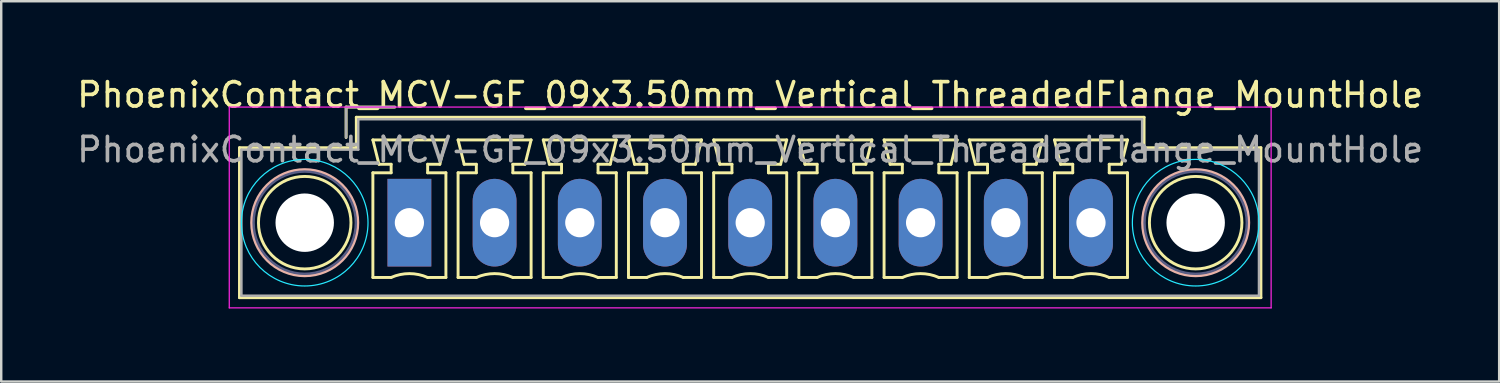
<source format=kicad_pcb>
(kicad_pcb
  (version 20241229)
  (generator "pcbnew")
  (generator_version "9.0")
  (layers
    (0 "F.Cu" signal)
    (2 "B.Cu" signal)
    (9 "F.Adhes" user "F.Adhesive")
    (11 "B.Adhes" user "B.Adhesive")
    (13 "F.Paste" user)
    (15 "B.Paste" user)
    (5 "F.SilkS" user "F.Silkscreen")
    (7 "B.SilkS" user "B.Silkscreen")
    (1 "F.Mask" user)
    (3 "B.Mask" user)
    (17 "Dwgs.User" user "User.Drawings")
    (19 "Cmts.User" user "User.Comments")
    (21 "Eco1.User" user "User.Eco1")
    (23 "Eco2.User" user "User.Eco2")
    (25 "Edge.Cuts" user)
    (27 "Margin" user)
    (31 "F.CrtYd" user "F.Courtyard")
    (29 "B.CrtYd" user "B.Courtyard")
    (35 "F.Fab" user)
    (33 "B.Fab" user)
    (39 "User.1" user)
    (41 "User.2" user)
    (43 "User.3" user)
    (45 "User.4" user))
  (footprint "PhoenixContact_MCV-GF_09x3.50mm_Vertical_ThreadedFlange_MountHole"
    (layer "F.Cu")
    (at 13.768 6.098)
    (property "Reference" "PhoenixContact_MCV-GF_09x3.50mm_Vertical_ThreadedFlange_MountHole" (at 14 -5.25 0) (layer "F.SilkS") (effects (font (size 1 1) (thickness 0.15))))
    (attr through_hole)
    (fp_line (start -6.98 -3.08) (end -6.98 3.08) (stroke (width 0.12) (type solid)) (layer "F.SilkS"))
    (fp_line (start -6.98 3.08) (end 34.98 3.08) (stroke (width 0.12) (type solid)) (layer "F.SilkS"))
    (fp_line (start -2.6 -4.75) (end -0.6 -4.75) (stroke (width 0.12) (type solid)) (layer "F.SilkS"))
    (fp_line (start -2.6 -3.5) (end -2.6 -4.75) (stroke (width 0.12) (type solid)) (layer "F.SilkS"))
    (fp_line (start -2.18 -4.33) (end -2.18 -3.08) (stroke (width 0.12) (type solid)) (layer "F.SilkS"))
    (fp_line (start -2.18 -3.08) (end -6.98 -3.08) (stroke (width 0.12) (type solid)) (layer "F.SilkS"))
    (fp_line (start -1.5 -3.4) (end 1.5 -3.4) (stroke (width 0.12) (type solid)) (layer "F.SilkS"))
    (fp_line (start -1.5 -2.05) (end -0.75 -2.05) (stroke (width 0.12) (type solid)) (layer "F.SilkS"))
    (fp_line (start -1.5 2.25) (end -1.5 -2.05) (stroke (width 0.12) (type solid)) (layer "F.SilkS"))
    (fp_line (start -1.25 -2.4) (end -1.5 -3.4) (stroke (width 0.12) (type solid)) (layer "F.SilkS"))
    (fp_line (start -0.75 -2.4) (end -1.25 -2.4) (stroke (width 0.12) (type solid)) (layer "F.SilkS"))
    (fp_line (start -0.75 -2.05) (end -0.75 -2.4) (stroke (width 0.12) (type solid)) (layer "F.SilkS"))
    (fp_line (start -0.75 2.25) (end -1.5 2.25) (stroke (width 0.12) (type solid)) (layer "F.SilkS"))
    (fp_line (start 0.75 -2.4) (end 0.75 -2.05) (stroke (width 0.12) (type solid)) (layer "F.SilkS"))
    (fp_line (start 0.75 -2.05) (end 1.5 -2.05) (stroke (width 0.12) (type solid)) (layer "F.SilkS"))
    (fp_line (start 1.25 -2.4) (end 0.75 -2.4) (stroke (width 0.12) (type solid)) (layer "F.SilkS"))
    (fp_line (start 1.5 -3.4) (end 1.25 -2.4) (stroke (width 0.12) (type solid)) (layer "F.SilkS"))
    (fp_line (start 1.5 -2.05) (end 1.5 2.25) (stroke (width 0.12) (type solid)) (layer "F.SilkS"))
    (fp_line (start 1.5 2.25) (end 0.75 2.25) (stroke (width 0.12) (type solid)) (layer "F.SilkS"))
    (fp_line (start 2 -3.4) (end 5 -3.4) (stroke (width 0.12) (type solid)) (layer "F.SilkS"))
    (fp_line (start 2 -2.05) (end 2.75 -2.05) (stroke (width 0.12) (type solid)) (layer "F.SilkS"))
    (fp_line (start 2 2.25) (end 2 -2.05) (stroke (width 0.12) (type solid)) (layer "F.SilkS"))
    (fp_line (start 2.25 -2.4) (end 2 -3.4) (stroke (width 0.12) (type solid)) (layer "F.SilkS"))
    (fp_line (start 2.75 -2.4) (end 2.25 -2.4) (stroke (width 0.12) (type solid)) (layer "F.SilkS"))
    (fp_line (start 2.75 -2.05) (end 2.75 -2.4) (stroke (width 0.12) (type solid)) (layer "F.SilkS"))
    (fp_line (start 2.75 2.25) (end 2 2.25) (stroke (width 0.12) (type solid)) (layer "F.SilkS"))
    (fp_line (start 4.25 -2.4) (end 4.25 -2.05) (stroke (width 0.12) (type solid)) (layer "F.SilkS"))
    (fp_line (start 4.25 -2.05) (end 5 -2.05) (stroke (width 0.12) (type solid)) (layer "F.SilkS"))
    (fp_line (start 4.75 -2.4) (end 4.25 -2.4) (stroke (width 0.12) (type solid)) (layer "F.SilkS"))
    (fp_line (start 5 -3.4) (end 4.75 -2.4) (stroke (width 0.12) (type solid)) (layer "F.SilkS"))
    (fp_line (start 5 -2.05) (end 5 2.25) (stroke (width 0.12) (type solid)) (layer "F.SilkS"))
    (fp_line (start 5 2.25) (end 4.25 2.25) (stroke (width 0.12) (type solid)) (layer "F.SilkS"))
    (fp_line (start 5.5 -3.4) (end 8.5 -3.4) (stroke (width 0.12) (type solid)) (layer "F.SilkS"))
    (fp_line (start 5.5 -2.05) (end 6.25 -2.05) (stroke (width 0.12) (type solid)) (layer "F.SilkS"))
    (fp_line (start 5.5 2.25) (end 5.5 -2.05) (stroke (width 0.12) (type solid)) (layer "F.SilkS"))
    (fp_line (start 5.75 -2.4) (end 5.5 -3.4) (stroke (width 0.12) (type solid)) (layer "F.SilkS"))
    (fp_line (start 6.25 -2.4) (end 5.75 -2.4) (stroke (width 0.12) (type solid)) (layer "F.SilkS"))
    (fp_line (start 6.25 -2.05) (end 6.25 -2.4) (stroke (width 0.12) (type solid)) (layer "F.SilkS"))
    (fp_line (start 6.25 2.25) (end 5.5 2.25) (stroke (width 0.12) (type solid)) (layer "F.SilkS"))
    (fp_line (start 7.75 -2.4) (end 7.75 -2.05) (stroke (width 0.12) (type solid)) (layer "F.SilkS"))
    (fp_line (start 7.75 -2.05) (end 8.5 -2.05) (stroke (width 0.12) (type solid)) (layer "F.SilkS"))
    (fp_line (start 8.25 -2.4) (end 7.75 -2.4) (stroke (width 0.12) (type solid)) (layer "F.SilkS"))
    (fp_line (start 8.5 -3.4) (end 8.25 -2.4) (stroke (width 0.12) (type solid)) (layer "F.SilkS"))
    (fp_line (start 8.5 -2.05) (end 8.5 2.25) (stroke (width 0.12) (type solid)) (layer "F.SilkS"))
    (fp_line (start 8.5 2.25) (end 7.75 2.25) (stroke (width 0.12) (type solid)) (layer "F.SilkS"))
    (fp_line (start 9 -3.4) (end 12 -3.4) (stroke (width 0.12) (type solid)) (layer "F.SilkS"))
    (fp_line (start 9 -2.05) (end 9.75 -2.05) (stroke (width 0.12) (type solid)) (layer "F.SilkS"))
    (fp_line (start 9 2.25) (end 9 -2.05) (stroke (width 0.12) (type solid)) (layer "F.SilkS"))
    (fp_line (start 9.25 -2.4) (end 9 -3.4) (stroke (width 0.12) (type solid)) (layer "F.SilkS"))
    (fp_line (start 9.75 -2.4) (end 9.25 -2.4) (stroke (width 0.12) (type solid)) (layer "F.SilkS"))
    (fp_line (start 9.75 -2.05) (end 9.75 -2.4) (stroke (width 0.12) (type solid)) (layer "F.SilkS"))
    (fp_line (start 9.75 2.25) (end 9 2.25) (stroke (width 0.12) (type solid)) (layer "F.SilkS"))
    (fp_line (start 11.25 -2.4) (end 11.25 -2.05) (stroke (width 0.12) (type solid)) (layer "F.SilkS"))
    (fp_line (start 11.25 -2.05) (end 12 -2.05) (stroke (width 0.12) (type solid)) (layer "F.SilkS"))
    (fp_line (start 11.75 -2.4) (end 11.25 -2.4) (stroke (width 0.12) (type solid)) (layer "F.SilkS"))
    (fp_line (start 12 -3.4) (end 11.75 -2.4) (stroke (width 0.12) (type solid)) (layer "F.SilkS"))
    (fp_line (start 12 -2.05) (end 12 2.25) (stroke (width 0.12) (type solid)) (layer "F.SilkS"))
    (fp_line (start 12 2.25) (end 11.25 2.25) (stroke (width 0.12) (type solid)) (layer "F.SilkS"))
    (fp_line (start 12.5 -3.4) (end 15.5 -3.4) (stroke (width 0.12) (type solid)) (layer "F.SilkS"))
    (fp_line (start 12.5 -2.05) (end 13.25 -2.05) (stroke (width 0.12) (type solid)) (layer "F.SilkS"))
    (fp_line (start 12.5 2.25) (end 12.5 -2.05) (stroke (width 0.12) (type solid)) (layer "F.SilkS"))
    (fp_line (start 12.75 -2.4) (end 12.5 -3.4) (stroke (width 0.12) (type solid)) (layer "F.SilkS"))
    (fp_line (start 13.25 -2.4) (end 12.75 -2.4) (stroke (width 0.12) (type solid)) (layer "F.SilkS"))
    (fp_line (start 13.25 -2.05) (end 13.25 -2.4) (stroke (width 0.12) (type solid)) (layer "F.SilkS"))
    (fp_line (start 13.25 2.25) (end 12.5 2.25) (stroke (width 0.12) (type solid)) (layer "F.SilkS"))
    (fp_line (start 14.75 -2.4) (end 14.75 -2.05) (stroke (width 0.12) (type solid)) (layer "F.SilkS"))
    (fp_line (start 14.75 -2.05) (end 15.5 -2.05) (stroke (width 0.12) (type solid)) (layer "F.SilkS"))
    (fp_line (start 15.25 -2.4) (end 14.75 -2.4) (stroke (width 0.12) (type solid)) (layer "F.SilkS"))
    (fp_line (start 15.5 -3.4) (end 15.25 -2.4) (stroke (width 0.12) (type solid)) (layer "F.SilkS"))
    (fp_line (start 15.5 -2.05) (end 15.5 2.25) (stroke (width 0.12) (type solid)) (layer "F.SilkS"))
    (fp_line (start 15.5 2.25) (end 14.75 2.25) (stroke (width 0.12) (type solid)) (layer "F.SilkS"))
    (fp_line (start 16 -3.4) (end 19 -3.4) (stroke (width 0.12) (type solid)) (layer "F.SilkS"))
    (fp_line (start 16 -2.05) (end 16.75 -2.05) (stroke (width 0.12) (type solid)) (layer "F.SilkS"))
    (fp_line (start 16 2.25) (end 16 -2.05) (stroke (width 0.12) (type solid)) (layer "F.SilkS"))
    (fp_line (start 16.25 -2.4) (end 16 -3.4) (stroke (width 0.12) (type solid)) (layer "F.SilkS"))
    (fp_line (start 16.75 -2.4) (end 16.25 -2.4) (stroke (width 0.12) (type solid)) (layer "F.SilkS"))
    (fp_line (start 16.75 -2.05) (end 16.75 -2.4) (stroke (width 0.12) (type solid)) (layer "F.SilkS"))
    (fp_line (start 16.75 2.25) (end 16 2.25) (stroke (width 0.12) (type solid)) (layer "F.SilkS"))
    (fp_line (start 18.25 -2.4) (end 18.25 -2.05) (stroke (width 0.12) (type solid)) (layer "F.SilkS"))
    (fp_line (start 18.25 -2.05) (end 19 -2.05) (stroke (width 0.12) (type solid)) (layer "F.SilkS"))
    (fp_line (start 18.75 -2.4) (end 18.25 -2.4) (stroke (width 0.12) (type solid)) (layer "F.SilkS"))
    (fp_line (start 19 -3.4) (end 18.75 -2.4) (stroke (width 0.12) (type solid)) (layer "F.SilkS"))
    (fp_line (start 19 -2.05) (end 19 2.25) (stroke (width 0.12) (type solid)) (layer "F.SilkS"))
    (fp_line (start 19 2.25) (end 18.25 2.25) (stroke (width 0.12) (type solid)) (layer "F.SilkS"))
    (fp_line (start 19.5 -3.4) (end 22.5 -3.4) (stroke (width 0.12) (type solid)) (layer "F.SilkS"))
    (fp_line (start 19.5 -2.05) (end 20.25 -2.05) (stroke (width 0.12) (type solid)) (layer "F.SilkS"))
    (fp_line (start 19.5 2.25) (end 19.5 -2.05) (stroke (width 0.12) (type solid)) (layer "F.SilkS"))
    (fp_line (start 19.75 -2.4) (end 19.5 -3.4) (stroke (width 0.12) (type solid)) (layer "F.SilkS"))
    (fp_line (start 20.25 -2.4) (end 19.75 -2.4) (stroke (width 0.12) (type solid)) (layer "F.SilkS"))
    (fp_line (start 20.25 -2.05) (end 20.25 -2.4) (stroke (width 0.12) (type solid)) (layer "F.SilkS"))
    (fp_line (start 20.25 2.25) (end 19.5 2.25) (stroke (width 0.12) (type solid)) (layer "F.SilkS"))
    (fp_line (start 21.75 -2.4) (end 21.75 -2.05) (stroke (width 0.12) (type solid)) (layer "F.SilkS"))
    (fp_line (start 21.75 -2.05) (end 22.5 -2.05) (stroke (width 0.12) (type solid)) (layer "F.SilkS"))
    (fp_line (start 22.25 -2.4) (end 21.75 -2.4) (stroke (width 0.12) (type solid)) (layer "F.SilkS"))
    (fp_line (start 22.5 -3.4) (end 22.25 -2.4) (stroke (width 0.12) (type solid)) (layer "F.SilkS"))
    (fp_line (start 22.5 -2.05) (end 22.5 2.25) (stroke (width 0.12) (type solid)) (layer "F.SilkS"))
    (fp_line (start 22.5 2.25) (end 21.75 2.25) (stroke (width 0.12) (type solid)) (layer "F.SilkS"))
    (fp_line (start 23 -3.4) (end 26 -3.4) (stroke (width 0.12) (type solid)) (layer "F.SilkS"))
    (fp_line (start 23 -2.05) (end 23.75 -2.05) (stroke (width 0.12) (type solid)) (layer "F.SilkS"))
    (fp_line (start 23 2.25) (end 23 -2.05) (stroke (width 0.12) (type solid)) (layer "F.SilkS"))
    (fp_line (start 23.25 -2.4) (end 23 -3.4) (stroke (width 0.12) (type solid)) (layer "F.SilkS"))
    (fp_line (start 23.75 -2.4) (end 23.25 -2.4) (stroke (width 0.12) (type solid)) (layer "F.SilkS"))
    (fp_line (start 23.75 -2.05) (end 23.75 -2.4) (stroke (width 0.12) (type solid)) (layer "F.SilkS"))
    (fp_line (start 23.75 2.25) (end 23 2.25) (stroke (width 0.12) (type solid)) (layer "F.SilkS"))
    (fp_line (start 25.25 -2.4) (end 25.25 -2.05) (stroke (width 0.12) (type solid)) (layer "F.SilkS"))
    (fp_line (start 25.25 -2.05) (end 26 -2.05) (stroke (width 0.12) (type solid)) (layer "F.SilkS"))
    (fp_line (start 25.75 -2.4) (end 25.25 -2.4) (stroke (width 0.12) (type solid)) (layer "F.SilkS"))
    (fp_line (start 26 -3.4) (end 25.75 -2.4) (stroke (width 0.12) (type solid)) (layer "F.SilkS"))
    (fp_line (start 26 -2.05) (end 26 2.25) (stroke (width 0.12) (type solid)) (layer "F.SilkS"))
    (fp_line (start 26 2.25) (end 25.25 2.25) (stroke (width 0.12) (type solid)) (layer "F.SilkS"))
    (fp_line (start 26.5 -3.4) (end 29.5 -3.4) (stroke (width 0.12) (type solid)) (layer "F.SilkS"))
    (fp_line (start 26.5 -2.05) (end 27.25 -2.05) (stroke (width 0.12) (type solid)) (layer "F.SilkS"))
    (fp_line (start 26.5 2.25) (end 26.5 -2.05) (stroke (width 0.12) (type solid)) (layer "F.SilkS"))
    (fp_line (start 26.75 -2.4) (end 26.5 -3.4) (stroke (width 0.12) (type solid)) (layer "F.SilkS"))
    (fp_line (start 27.25 -2.4) (end 26.75 -2.4) (stroke (width 0.12) (type solid)) (layer "F.SilkS"))
    (fp_line (start 27.25 -2.05) (end 27.25 -2.4) (stroke (width 0.12) (type solid)) (layer "F.SilkS"))
    (fp_line (start 27.25 2.25) (end 26.5 2.25) (stroke (width 0.12) (type solid)) (layer "F.SilkS"))
    (fp_line (start 28.75 -2.4) (end 28.75 -2.05) (stroke (width 0.12) (type solid)) (layer "F.SilkS"))
    (fp_line (start 28.75 -2.05) (end 29.5 -2.05) (stroke (width 0.12) (type solid)) (layer "F.SilkS"))
    (fp_line (start 29.25 -2.4) (end 28.75 -2.4) (stroke (width 0.12) (type solid)) (layer "F.SilkS"))
    (fp_line (start 29.5 -3.4) (end 29.25 -2.4) (stroke (width 0.12) (type solid)) (layer "F.SilkS"))
    (fp_line (start 29.5 -2.05) (end 29.5 2.25) (stroke (width 0.12) (type solid)) (layer "F.SilkS"))
    (fp_line (start 29.5 2.25) (end 28.75 2.25) (stroke (width 0.12) (type solid)) (layer "F.SilkS"))
    (fp_line (start 30.18 -4.33) (end -2.18 -4.33) (stroke (width 0.12) (type solid)) (layer "F.SilkS"))
    (fp_line (start 30.18 -3.08) (end 30.18 -4.33) (stroke (width 0.12) (type solid)) (layer "F.SilkS"))
    (fp_line (start 34.98 -3.08) (end 30.18 -3.08) (stroke (width 0.12) (type solid)) (layer "F.SilkS"))
    (fp_line (start 34.98 3.08) (end 34.98 -3.08) (stroke (width 0.12) (type solid)) (layer "F.SilkS"))
    (fp_arc (start -0.75 2.25) (mid -0.000193 2.09191) (end 0.749647 2.249844) (stroke (width 0.12) (type solid)) (layer "F.SilkS"))
    (fp_arc (start 2.75 2.25) (mid 3.499807 2.09191) (end 4.249647 2.249844) (stroke (width 0.12) (type solid)) (layer "F.SilkS"))
    (fp_arc (start 6.25 2.25) (mid 6.999807 2.09191) (end 7.749647 2.249844) (stroke (width 0.12) (type solid)) (layer "F.SilkS"))
    (fp_arc (start 9.75 2.25) (mid 10.499807 2.09191) (end 11.249647 2.249844) (stroke (width 0.12) (type solid)) (layer "F.SilkS"))
    (fp_arc (start 13.25 2.25) (mid 13.999807 2.09191) (end 14.749647 2.249844) (stroke (width 0.12) (type solid)) (layer "F.SilkS"))
    (fp_arc (start 16.75 2.25) (mid 17.499807 2.09191) (end 18.249647 2.249844) (stroke (width 0.12) (type solid)) (layer "F.SilkS"))
    (fp_arc (start 20.25 2.25) (mid 20.999807 2.09191) (end 21.749647 2.249844) (stroke (width 0.12) (type solid)) (layer "F.SilkS"))
    (fp_arc (start 23.75 2.25) (mid 24.499807 2.09191) (end 25.249647 2.249844) (stroke (width 0.12) (type solid)) (layer "F.SilkS"))
    (fp_arc (start 27.25 2.25) (mid 27.999807 2.09191) (end 28.749647 2.249844) (stroke (width 0.12) (type solid)) (layer "F.SilkS"))
    (fp_circle (center -4.3 0) (end -2.4 0) (stroke (width 0.12) (type solid)) (fill no) (layer "F.SilkS"))
    (fp_circle (center 32.3 0) (end 34.2 0) (stroke (width 0.12) (type solid)) (fill no) (layer "F.SilkS"))
    (fp_circle (center -4.3 0) (end -2.12 0) (stroke (width 0.12) (type solid)) (fill no) (layer "B.SilkS"))
    (fp_circle (center 32.3 0) (end 34.48 0) (stroke (width 0.12) (type solid)) (fill no) (layer "B.SilkS"))
    (fp_circle (center -4.3 0) (end -1.7 0) (stroke (width 0.05) (type solid)) (fill no) (layer "B.CrtYd"))
    (fp_circle (center 32.3 0) (end 34.9 0) (stroke (width 0.05) (type solid)) (fill no) (layer "B.CrtYd"))
    (fp_line (start -7.4 -4.75) (end -7.4 3.5) (stroke (width 0.05) (type solid)) (layer "F.CrtYd"))
    (fp_line (start -7.4 3.5) (end 35.4 3.5) (stroke (width 0.05) (type solid)) (layer "F.CrtYd"))
    (fp_line (start 35.4 -4.75) (end -7.4 -4.75) (stroke (width 0.05) (type solid)) (layer "F.CrtYd"))
    (fp_line (start 35.4 3.5) (end 35.4 -4.75) (stroke (width 0.05) (type solid)) (layer "F.CrtYd"))
    (fp_circle (center -4.3 0) (end -2.2 0) (stroke (width 0.1) (type solid)) (fill no) (layer "B.Fab"))
    (fp_circle (center 32.3 0) (end 34.4 0) (stroke (width 0.1) (type solid)) (fill no) (layer "B.Fab"))
    (fp_line (start -6.9 -3) (end -6.9 3) (stroke (width 0.1) (type solid)) (layer "F.Fab"))
    (fp_line (start -6.9 3) (end 34.9 3) (stroke (width 0.1) (type solid)) (layer "F.Fab"))
    (fp_line (start -2.6 -4.75) (end -0.6 -4.75) (stroke (width 0.1) (type solid)) (layer "F.Fab"))
    (fp_line (start -2.6 -3.5) (end -2.6 -4.75) (stroke (width 0.1) (type solid)) (layer "F.Fab"))
    (fp_line (start -2.1 -4.25) (end -2.1 -3) (stroke (width 0.1) (type solid)) (layer "F.Fab"))
    (fp_line (start -2.1 -3) (end -6.9 -3) (stroke (width 0.1) (type solid)) (layer "F.Fab"))
    (fp_line (start 30.1 -4.25) (end -2.1 -4.25) (stroke (width 0.1) (type solid)) (layer "F.Fab"))
    (fp_line (start 30.1 -3) (end 30.1 -4.25) (stroke (width 0.1) (type solid)) (layer "F.Fab"))
    (fp_line (start 34.9 -3) (end 30.1 -3) (stroke (width 0.1) (type solid)) (layer "F.Fab"))
    (fp_line (start 34.9 3) (end 34.9 -3) (stroke (width 0.1) (type solid)) (layer "F.Fab"))
    (fp_text user "${REFERENCE}" (at 14 -3 0) (layer "F.Fab") (effects (font (size 1 1) (thickness 0.15))))
    (pad "" np_thru_hole circle (at -4.3 0) (size 2.4 2.4) (drill 2.4) (layers "*.Cu" "*.Mask"))
    (pad "" np_thru_hole circle (at 32.3 0) (size 2.4 2.4) (drill 2.4) (layers "*.Cu" "*.Mask"))
    (pad "1" thru_hole rect (at 0 0) (size 1.8 3.6) (drill 1.2) (layers "*.Cu" "*.Mask"))
    (pad "2" thru_hole oval (at 3.5 0) (size 1.8 3.6) (drill 1.2) (layers "*.Cu" "*.Mask"))
    (pad "3" thru_hole oval (at 7 0) (size 1.8 3.6) (drill 1.2) (layers "*.Cu" "*.Mask"))
    (pad "4" thru_hole oval (at 10.5 0) (size 1.8 3.6) (drill 1.2) (layers "*.Cu" "*.Mask"))
    (pad "5" thru_hole oval (at 14 0) (size 1.8 3.6) (drill 1.2) (layers "*.Cu" "*.Mask"))
    (pad "6" thru_hole oval (at 17.5 0) (size 1.8 3.6) (drill 1.2) (layers "*.Cu" "*.Mask"))
    (pad "7" thru_hole oval (at 21 0) (size 1.8 3.6) (drill 1.2) (layers "*.Cu" "*.Mask"))
    (pad "8" thru_hole oval (at 24.5 0) (size 1.8 3.6) (drill 1.2) (layers "*.Cu" "*.Mask"))
    (pad "9" thru_hole oval (at 28 0) (size 1.8 3.6) (drill 1.2) (layers "*.Cu" "*.Mask")))
  (gr_rect
    (start -3 -3)
    (end 58.536 12.623)
    (stroke (width 0.1) (type default))
    (fill no)
    (layer "Edge.Cuts")))
</source>
